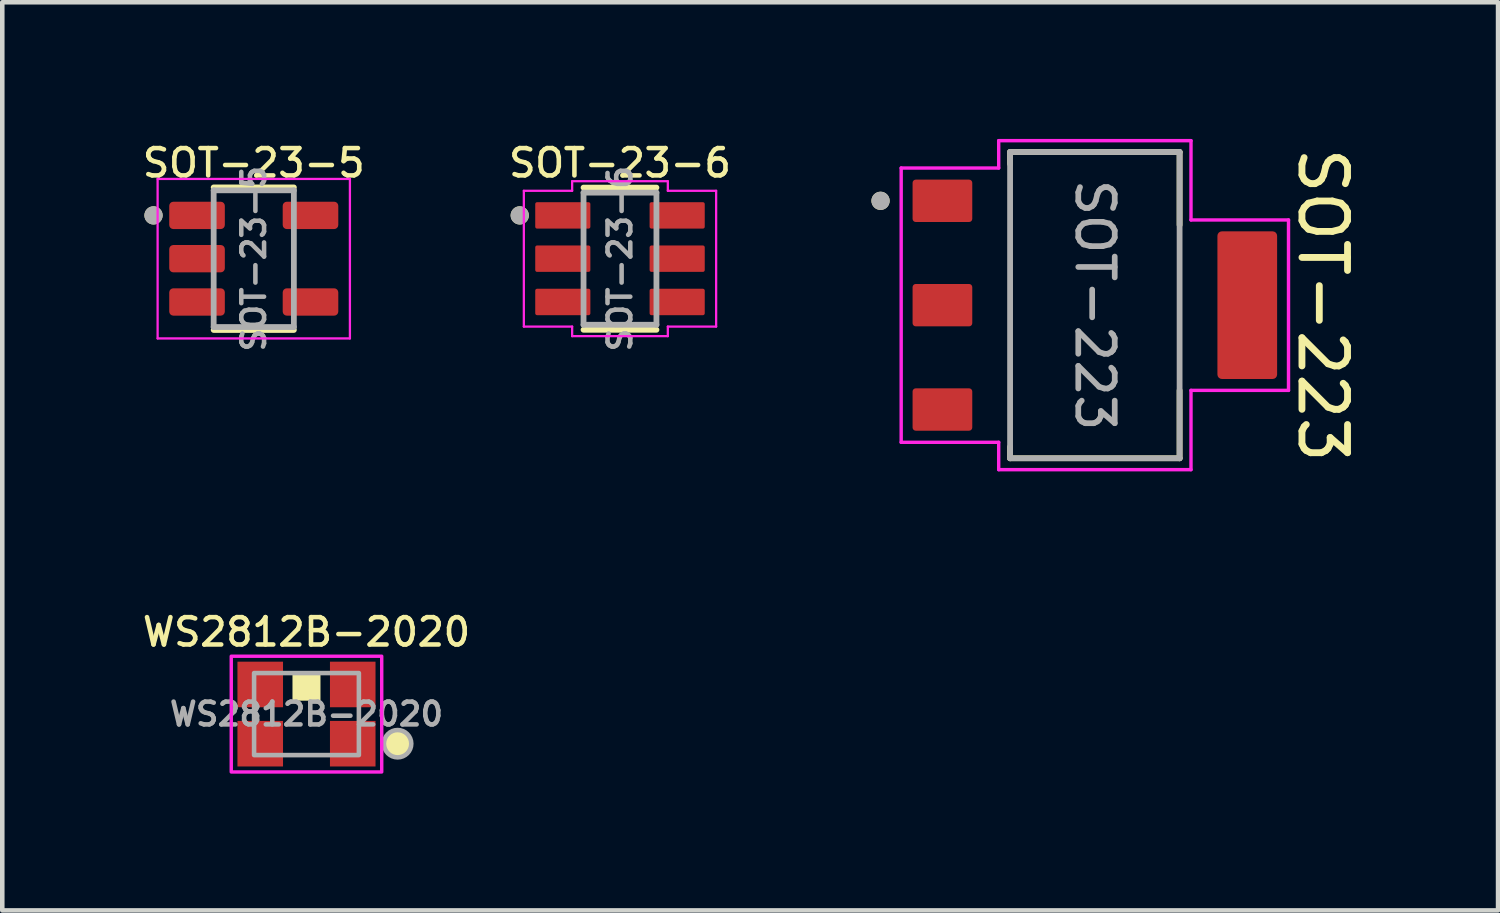
<source format=kicad_pcb>
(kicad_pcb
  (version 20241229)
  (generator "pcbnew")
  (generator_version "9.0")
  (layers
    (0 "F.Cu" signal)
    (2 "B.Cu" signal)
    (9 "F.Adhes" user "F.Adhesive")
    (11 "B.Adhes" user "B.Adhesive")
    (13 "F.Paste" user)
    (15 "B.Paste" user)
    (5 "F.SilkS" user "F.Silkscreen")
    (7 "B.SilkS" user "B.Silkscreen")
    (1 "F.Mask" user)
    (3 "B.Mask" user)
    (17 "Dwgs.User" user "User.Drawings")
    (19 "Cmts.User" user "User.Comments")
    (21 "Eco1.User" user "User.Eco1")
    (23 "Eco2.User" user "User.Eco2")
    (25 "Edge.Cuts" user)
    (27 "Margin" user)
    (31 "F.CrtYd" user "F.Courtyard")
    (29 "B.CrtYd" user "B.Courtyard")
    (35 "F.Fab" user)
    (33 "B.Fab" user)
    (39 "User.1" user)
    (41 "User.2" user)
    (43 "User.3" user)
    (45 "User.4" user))
  (footprint "SOT-23-6"
    (layer "F.Cu")
    (at 10.556 2.627)
    (property "Reference" "SOT-23-6" (at 0 -2.1 0) (layer "F.SilkS") (effects (font (size 0.6 0.6) (thickness 0.1) (bold yes))))
    (attr smd)
    (fp_line (start -0.8 1.56) (end 0.8 1.56) (stroke (width 0.127) (type solid)) (layer "F.SilkS"))
    (fp_line (start 0.8 -1.56) (end -0.8 -1.56) (stroke (width 0.127) (type solid)) (layer "F.SilkS"))
    (fp_circle (center -2.2 -0.95) (end -2.1 -0.95) (stroke (width 0.2) (type solid)) (fill no) (layer "F.SilkS"))
    (fp_line (start -2.11 -1.49) (end -2.11 1.49) (stroke (width 0.05) (type solid)) (layer "F.CrtYd"))
    (fp_line (start -2.11 -1.49) (end -1.05 -1.49) (stroke (width 0.05) (type solid)) (layer "F.CrtYd"))
    (fp_line (start -2.11 1.49) (end -1.05 1.49) (stroke (width 0.05) (type solid)) (layer "F.CrtYd"))
    (fp_line (start -1.05 -1.49) (end -1.05 -1.7) (stroke (width 0.05) (type solid)) (layer "F.CrtYd"))
    (fp_line (start -1.05 1.49) (end -1.05 1.7) (stroke (width 0.05) (type solid)) (layer "F.CrtYd"))
    (fp_line (start -1.05 1.7) (end 1.05 1.7) (stroke (width 0.05) (type solid)) (layer "F.CrtYd"))
    (fp_line (start 1.05 -1.7) (end -1.05 -1.7) (stroke (width 0.05) (type solid)) (layer "F.CrtYd"))
    (fp_line (start 1.05 -1.49) (end 1.05 -1.7) (stroke (width 0.05) (type solid)) (layer "F.CrtYd"))
    (fp_line (start 1.05 1.49) (end 1.05 1.7) (stroke (width 0.05) (type solid)) (layer "F.CrtYd"))
    (fp_line (start 2.11 -1.49) (end 1.05 -1.49) (stroke (width 0.05) (type solid)) (layer "F.CrtYd"))
    (fp_line (start 2.11 1.49) (end 1.05 1.49) (stroke (width 0.05) (type solid)) (layer "F.CrtYd"))
    (fp_line (start 2.11 1.49) (end 2.11 -1.49) (stroke (width 0.05) (type solid)) (layer "F.CrtYd"))
    (fp_line (start -0.8 -1.45) (end -0.8 1.45) (stroke (width 0.127) (type solid)) (layer "F.Fab"))
    (fp_line (start -0.8 1.45) (end 0.8 1.45) (stroke (width 0.127) (type solid)) (layer "F.Fab"))
    (fp_line (start 0.8 -1.45) (end -0.8 -1.45) (stroke (width 0.127) (type solid)) (layer "F.Fab"))
    (fp_line (start 0.8 1.45) (end 0.8 -1.45) (stroke (width 0.127) (type solid)) (layer "F.Fab"))
    (fp_circle (center -2.2 -0.95) (end -2.1 -0.95) (stroke (width 0.2) (type solid)) (fill no) (layer "F.Fab"))
    (fp_text user "${REFERENCE}" (at 0 0 90) (layer "F.Fab") (effects (font (size 0.5 0.5) (thickness 0.1) (bold yes))))
    (pad "1" smd roundrect (at -1.255 -0.95) (size 1.21 0.58) (layers "F.Cu" "F.Mask" "F.Paste") (roundrect_rratio 0.07))
    (pad "2" smd roundrect (at -1.255 0) (size 1.21 0.58) (layers "F.Cu" "F.Mask" "F.Paste") (roundrect_rratio 0.07))
    (pad "3" smd roundrect (at -1.255 0.95) (size 1.21 0.58) (layers "F.Cu" "F.Mask" "F.Paste") (roundrect_rratio 0.07))
    (pad "4" smd roundrect (at 1.255 0.95) (size 1.21 0.58) (layers "F.Cu" "F.Mask" "F.Paste") (roundrect_rratio 0.07))
    (pad "5" smd roundrect (at 1.255 0) (size 1.21 0.58) (layers "F.Cu" "F.Mask" "F.Paste") (roundrect_rratio 0.07))
    (pad "6" smd roundrect (at 1.255 -0.95) (size 1.21 0.58) (layers "F.Cu" "F.Mask" "F.Paste") (roundrect_rratio 0.07)))
  (footprint "SOT-223"
    (layer "F.Cu")
    (at 20.977 3.647)
    (property "Reference" "SOT-223" (at 5 0 270) (unlocked yes) (layer "F.SilkS") (effects (font (size 1 1) (thickness 0.15))))
    (attr smd)
    (fp_line (start -1.86 -3.36) (end -1.86 -3.1) (stroke (width 0.127) (type solid)) (layer "F.SilkS"))
    (fp_line (start -1.86 -3.36) (end 1.86 -3.36) (stroke (width 0.127) (type solid)) (layer "F.SilkS"))
    (fp_line (start -1.86 3.11) (end -1.86 3.36) (stroke (width 0.127) (type solid)) (layer "F.SilkS"))
    (fp_line (start -1.86 3.36) (end 1.86 3.36) (stroke (width 0.127) (type solid)) (layer "F.SilkS"))
    (fp_line (start 1.86 -1.76) (end 1.86 -3.36) (stroke (width 0.127) (type solid)) (layer "F.SilkS"))
    (fp_line (start 1.86 3.36) (end 1.86 1.87) (stroke (width 0.127) (type solid)) (layer "F.SilkS"))
    (fp_circle (center -4.703 -2.29) (end -4.603 -2.29) (stroke (width 0.2) (type solid)) (fill no) (layer "F.SilkS"))
    (fp_line (start -4.25 -3.01) (end -4.25 3.01) (stroke (width 0.075) (type solid)) (layer "F.CrtYd"))
    (fp_line (start -4.25 3.01) (end -2.11 3.01) (stroke (width 0.075) (type solid)) (layer "F.CrtYd"))
    (fp_line (start -2.11 -3.61) (end -2.11 -3.01) (stroke (width 0.075) (type solid)) (layer "F.CrtYd"))
    (fp_line (start -2.11 -3.01) (end -4.25 -3.01) (stroke (width 0.075) (type solid)) (layer "F.CrtYd"))
    (fp_line (start -2.11 3.01) (end -2.11 3.61) (stroke (width 0.075) (type solid)) (layer "F.CrtYd"))
    (fp_line (start -2.11 3.61) (end 2.11 3.61) (stroke (width 0.075) (type solid)) (layer "F.CrtYd"))
    (fp_line (start 2.11 -3.61) (end -2.11 -3.61) (stroke (width 0.075) (type solid)) (layer "F.CrtYd"))
    (fp_line (start 2.11 -1.87) (end 2.11 -3.61) (stroke (width 0.075) (type solid)) (layer "F.CrtYd"))
    (fp_line (start 2.11 1.87) (end 4.25 1.87) (stroke (width 0.075) (type solid)) (layer "F.CrtYd"))
    (fp_line (start 2.11 3.61) (end 2.11 1.87) (stroke (width 0.075) (type solid)) (layer "F.CrtYd"))
    (fp_line (start 4.25 -1.87) (end 2.11 -1.87) (stroke (width 0.075) (type solid)) (layer "F.CrtYd"))
    (fp_line (start 4.25 1.87) (end 4.25 -1.87) (stroke (width 0.075) (type solid)) (layer "F.CrtYd"))
    (fp_line (start -1.86 -3.36) (end 1.86 -3.36) (stroke (width 0.127) (type solid)) (layer "F.Fab"))
    (fp_line (start -1.86 3.36) (end -1.86 -3.36) (stroke (width 0.127) (type solid)) (layer "F.Fab"))
    (fp_line (start 1.86 -3.36) (end 1.86 3.36) (stroke (width 0.127) (type solid)) (layer "F.Fab"))
    (fp_line (start 1.86 3.36) (end -1.86 3.36) (stroke (width 0.127) (type solid)) (layer "F.Fab"))
    (fp_circle (center -4.703 -2.29) (end -4.603 -2.29) (stroke (width 0.2) (type solid)) (fill no) (layer "F.Fab"))
    (fp_text user "${REFERENCE}" (at 0 0 270) (unlocked yes) (layer "F.Fab") (effects (font (size 0.8 0.8) (thickness 0.125))))
    (pad "1" smd roundrect (at -3.345 -2.29) (size 1.31 0.93) (layers "F.Cu" "F.Mask" "F.Paste") (roundrect_rratio 0.075))
    (pad "2" smd roundrect (at -3.345 0) (size 1.31 0.93) (layers "F.Cu" "F.Mask" "F.Paste") (roundrect_rratio 0.075))
    (pad "3" smd roundrect (at -3.345 2.29) (size 1.31 0.93) (layers "F.Cu" "F.Mask" "F.Paste") (roundrect_rratio 0.075))
    (pad "4" smd roundrect (at 3.345 0) (size 1.31 3.24) (layers "F.Cu" "F.Mask" "F.Paste") (roundrect_rratio 0.075)))
  (footprint "WS2812B-2020"
    (layer "F.Cu")
    (at 3.676 12.621)
    (property "Reference" "WS2812B-2020" (at 0 -1.8 0) (layer "F.SilkS") (effects (font (size 0.6 0.6) (thickness 0.1) (bold yes))))
    (attr smd)
    (fp_circle (center 2 0.65) (end 2.3 0.65) (stroke (width 0) (type solid)) (fill yes) (layer "F.SilkS"))
    (fp_poly (pts (xy -0.3 -0.9) (xy 0.3 -0.9) (xy 0.3 -0.3) (xy -0.3 -0.3)) (stroke (width 0.01) (type solid)) (fill yes) (layer "F.SilkS"))
    (fp_rect (start -1.651 -1.27) (end 1.651 1.27) (stroke (width 0.075) (type default)) (fill no) (layer "F.CrtYd"))
    (fp_rect (start -1.15 -0.9) (end 1.15 0.9) (stroke (width 0.1) (type default)) (fill no) (layer "F.Fab"))
    (fp_circle (center 2 0.65) (end 2.3 0.65) (stroke (width 0.1) (type solid)) (fill no) (layer "F.Fab"))
    (fp_text user "${REFERENCE}" (at 0 0 0) (unlocked yes) (layer "F.Fab") (effects (font (size 0.5 0.5) (thickness 0.1) (bold yes))))
    (pad "1" smd rect (at 1.015 0.65) (size 1 1) (layers "F.Cu" "F.Mask" "F.Paste"))
    (pad "2" smd rect (at 1.015 -0.65) (size 1 1) (layers "F.Cu" "F.Mask" "F.Paste"))
    (pad "3" smd rect (at -1.015 -0.65) (size 1 1) (layers "F.Cu" "F.Mask" "F.Paste"))
    (pad "4" smd rect (at -1.015 0.65) (size 1 1) (layers "F.Cu" "F.Mask" "F.Paste")))
  (footprint "SOT-23-5"
    (layer "F.Cu")
    (at 2.519 2.627)
    (property "Reference" "SOT-23-5" (at 0 -2.1 0) (layer "F.SilkS") (effects (font (size 0.6 0.6) (thickness 0.1) (bold yes))))
    (attr smd)
    (fp_line (start -0.88 -1.564) (end 0.88 -1.564) (stroke (width 0.127) (type solid)) (layer "F.SilkS"))
    (fp_line (start -0.88 1.564) (end 0.88 1.564) (stroke (width 0.127) (type solid)) (layer "F.SilkS"))
    (fp_circle (center -2.2 -0.95) (end -2.1 -0.95) (stroke (width 0.2) (type solid)) (fill no) (layer "F.SilkS"))
    (fp_line (start -2.11 -1.75) (end 2.11 -1.75) (stroke (width 0.05) (type solid)) (layer "F.CrtYd"))
    (fp_line (start -2.11 1.75) (end -2.11 -1.75) (stroke (width 0.05) (type solid)) (layer "F.CrtYd"))
    (fp_line (start 2.11 -1.75) (end 2.11 1.75) (stroke (width 0.05) (type solid)) (layer "F.CrtYd"))
    (fp_line (start 2.11 1.75) (end -2.11 1.75) (stroke (width 0.05) (type solid)) (layer "F.CrtYd"))
    (fp_line (start -0.88 -1.5) (end 0.88 -1.5) (stroke (width 0.127) (type solid)) (layer "F.Fab"))
    (fp_line (start -0.88 1.5) (end -0.88 -1.5) (stroke (width 0.127) (type solid)) (layer "F.Fab"))
    (fp_line (start 0.88 -1.5) (end 0.88 1.5) (stroke (width 0.127) (type solid)) (layer "F.Fab"))
    (fp_line (start 0.88 1.5) (end -0.88 1.5) (stroke (width 0.127) (type solid)) (layer "F.Fab"))
    (fp_circle (center -2.2 -0.95) (end -2.1 -0.95) (stroke (width 0.2) (type solid)) (fill no) (layer "F.Fab"))
    (fp_text user "${REFERENCE}" (at 0 0 90) (layer "F.Fab") (effects (font (size 0.5 0.5) (thickness 0.1) (bold yes))))
    (pad "1" smd roundrect (at -1.245 -0.95) (size 1.22 0.6) (layers "F.Cu" "F.Mask" "F.Paste") (roundrect_rratio 0.15))
    (pad "2" smd roundrect (at -1.245 0) (size 1.22 0.6) (layers "F.Cu" "F.Mask" "F.Paste") (roundrect_rratio 0.15))
    (pad "3" smd roundrect (at -1.245 0.95) (size 1.22 0.6) (layers "F.Cu" "F.Mask" "F.Paste") (roundrect_rratio 0.15))
    (pad "4" smd roundrect (at 1.245 0.95) (size 1.22 0.6) (layers "F.Cu" "F.Mask" "F.Paste") (roundrect_rratio 0.15))
    (pad "5" smd roundrect (at 1.245 -0.95) (size 1.22 0.6) (layers "F.Cu" "F.Mask" "F.Paste") (roundrect_rratio 0.15)))
  (gr_rect
    (start -3 -3)
    (end 29.826 16.929)
    (stroke (width 0.1) (type default))
    (fill no)
    (layer "Edge.Cuts")))
</source>
